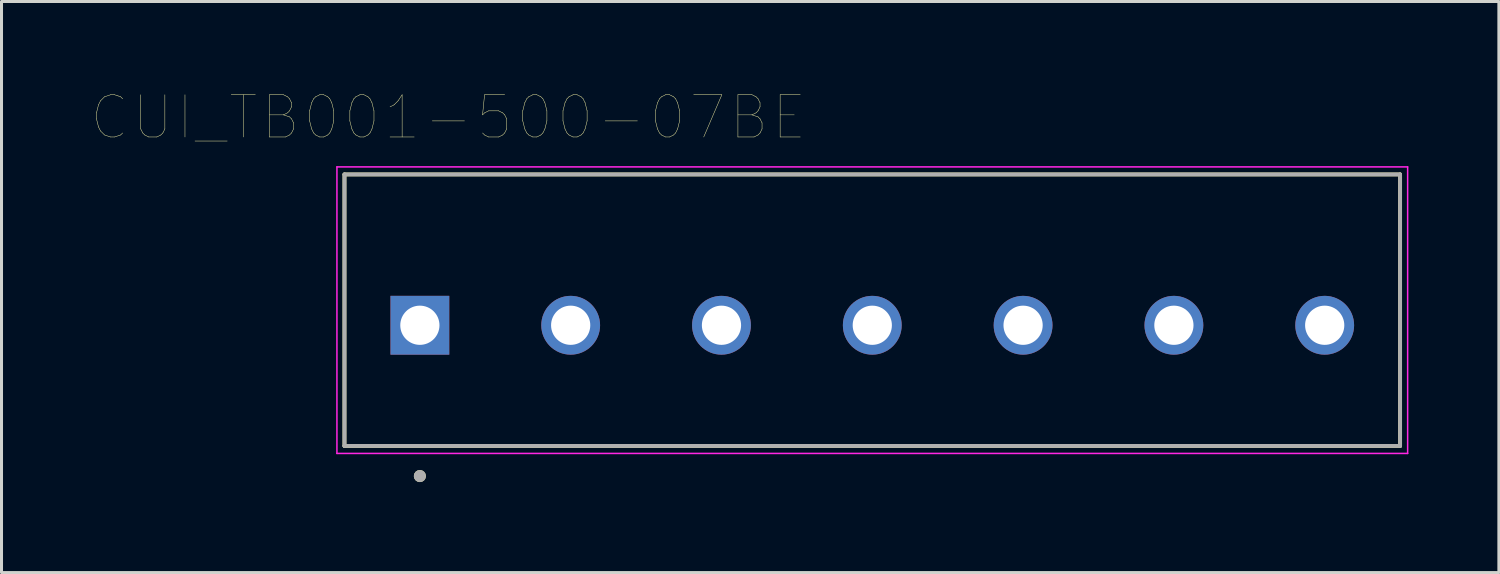
<source format=kicad_pcb>
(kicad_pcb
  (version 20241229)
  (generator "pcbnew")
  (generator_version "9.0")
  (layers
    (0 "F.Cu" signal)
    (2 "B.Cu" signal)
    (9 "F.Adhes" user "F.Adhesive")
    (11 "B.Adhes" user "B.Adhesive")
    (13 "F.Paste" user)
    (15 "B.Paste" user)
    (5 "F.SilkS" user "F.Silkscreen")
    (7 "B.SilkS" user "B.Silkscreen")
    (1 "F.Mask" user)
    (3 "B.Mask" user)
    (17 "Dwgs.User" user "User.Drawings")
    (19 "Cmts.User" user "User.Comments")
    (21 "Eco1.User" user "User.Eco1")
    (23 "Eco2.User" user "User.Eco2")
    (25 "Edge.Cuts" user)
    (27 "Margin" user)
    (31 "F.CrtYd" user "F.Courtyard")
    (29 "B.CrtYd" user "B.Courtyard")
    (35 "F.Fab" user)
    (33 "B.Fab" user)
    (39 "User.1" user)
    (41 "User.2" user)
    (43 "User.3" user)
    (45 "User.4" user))
  (footprint "CUI_TB001-500-07BE"
    (layer "F.Cu")
    (at 10.871 7.734)
    (property "Reference" "CUI_TB001-500-07BE" (at 0.945 -6.889 0) (layer "F.SilkS") (effects (font (size 1.4 1.4) (thickness 0.015))))
    (attr through_hole)
    (fp_line (start -2.5 -5) (end 32.5 -5) (stroke (width 0.127) (type solid)) (layer "F.SilkS"))
    (fp_line (start -2.5 4) (end -2.5 -5) (stroke (width 0.127) (type solid)) (layer "F.SilkS"))
    (fp_line (start 32.5 -5) (end 32.5 4) (stroke (width 0.127) (type solid)) (layer "F.SilkS"))
    (fp_line (start 32.5 4) (end -2.5 4) (stroke (width 0.127) (type solid)) (layer "F.SilkS"))
    (fp_circle (center 0 5) (end 0.1 5) (stroke (width 0.2) (type solid)) (fill no) (layer "F.SilkS"))
    (fp_line (start -2.75 -5.25) (end 32.75 -5.25) (stroke (width 0.05) (type solid)) (layer "F.CrtYd"))
    (fp_line (start -2.75 4.25) (end -2.75 -5.25) (stroke (width 0.05) (type solid)) (layer "F.CrtYd"))
    (fp_line (start 32.75 -5.25) (end 32.75 4.25) (stroke (width 0.05) (type solid)) (layer "F.CrtYd"))
    (fp_line (start 32.75 4.25) (end -2.75 4.25) (stroke (width 0.05) (type solid)) (layer "F.CrtYd"))
    (fp_line (start -2.5 -5) (end 32.5 -5) (stroke (width 0.127) (type solid)) (layer "F.Fab"))
    (fp_line (start -2.5 4) (end -2.5 -5) (stroke (width 0.127) (type solid)) (layer "F.Fab"))
    (fp_line (start 32.5 -5) (end 32.5 4) (stroke (width 0.127) (type solid)) (layer "F.Fab"))
    (fp_line (start 32.5 4) (end -2.5 4) (stroke (width 0.127) (type solid)) (layer "F.Fab"))
    (fp_circle (center 0 5) (end 0.1 5) (stroke (width 0.2) (type solid)) (fill no) (layer "F.Fab"))
    (pad "1" thru_hole rect (at 0 0) (size 1.95 1.95) (drill 1.3) (layers "*.Cu" "*.Mask"))
    (pad "2" thru_hole circle (at 5 0) (size 1.95 1.95) (drill 1.3) (layers "*.Cu" "*.Mask"))
    (pad "3" thru_hole circle (at 10 0) (size 1.95 1.95) (drill 1.3) (layers "*.Cu" "*.Mask"))
    (pad "4" thru_hole circle (at 15 0) (size 1.95 1.95) (drill 1.3) (layers "*.Cu" "*.Mask"))
    (pad "5" thru_hole circle (at 20 0) (size 1.95 1.95) (drill 1.3) (layers "*.Cu" "*.Mask"))
    (pad "6" thru_hole circle (at 25 0) (size 1.95 1.95) (drill 1.3) (layers "*.Cu" "*.Mask"))
    (pad "7" thru_hole circle (at 30 0) (size 1.95 1.95) (drill 1.3) (layers "*.Cu" "*.Mask")))
  (gr_rect
    (start -3 -3)
    (end 46.646 15.934)
    (stroke (width 0.1) (type default))
    (fill no)
    (layer "Edge.Cuts")))
</source>
